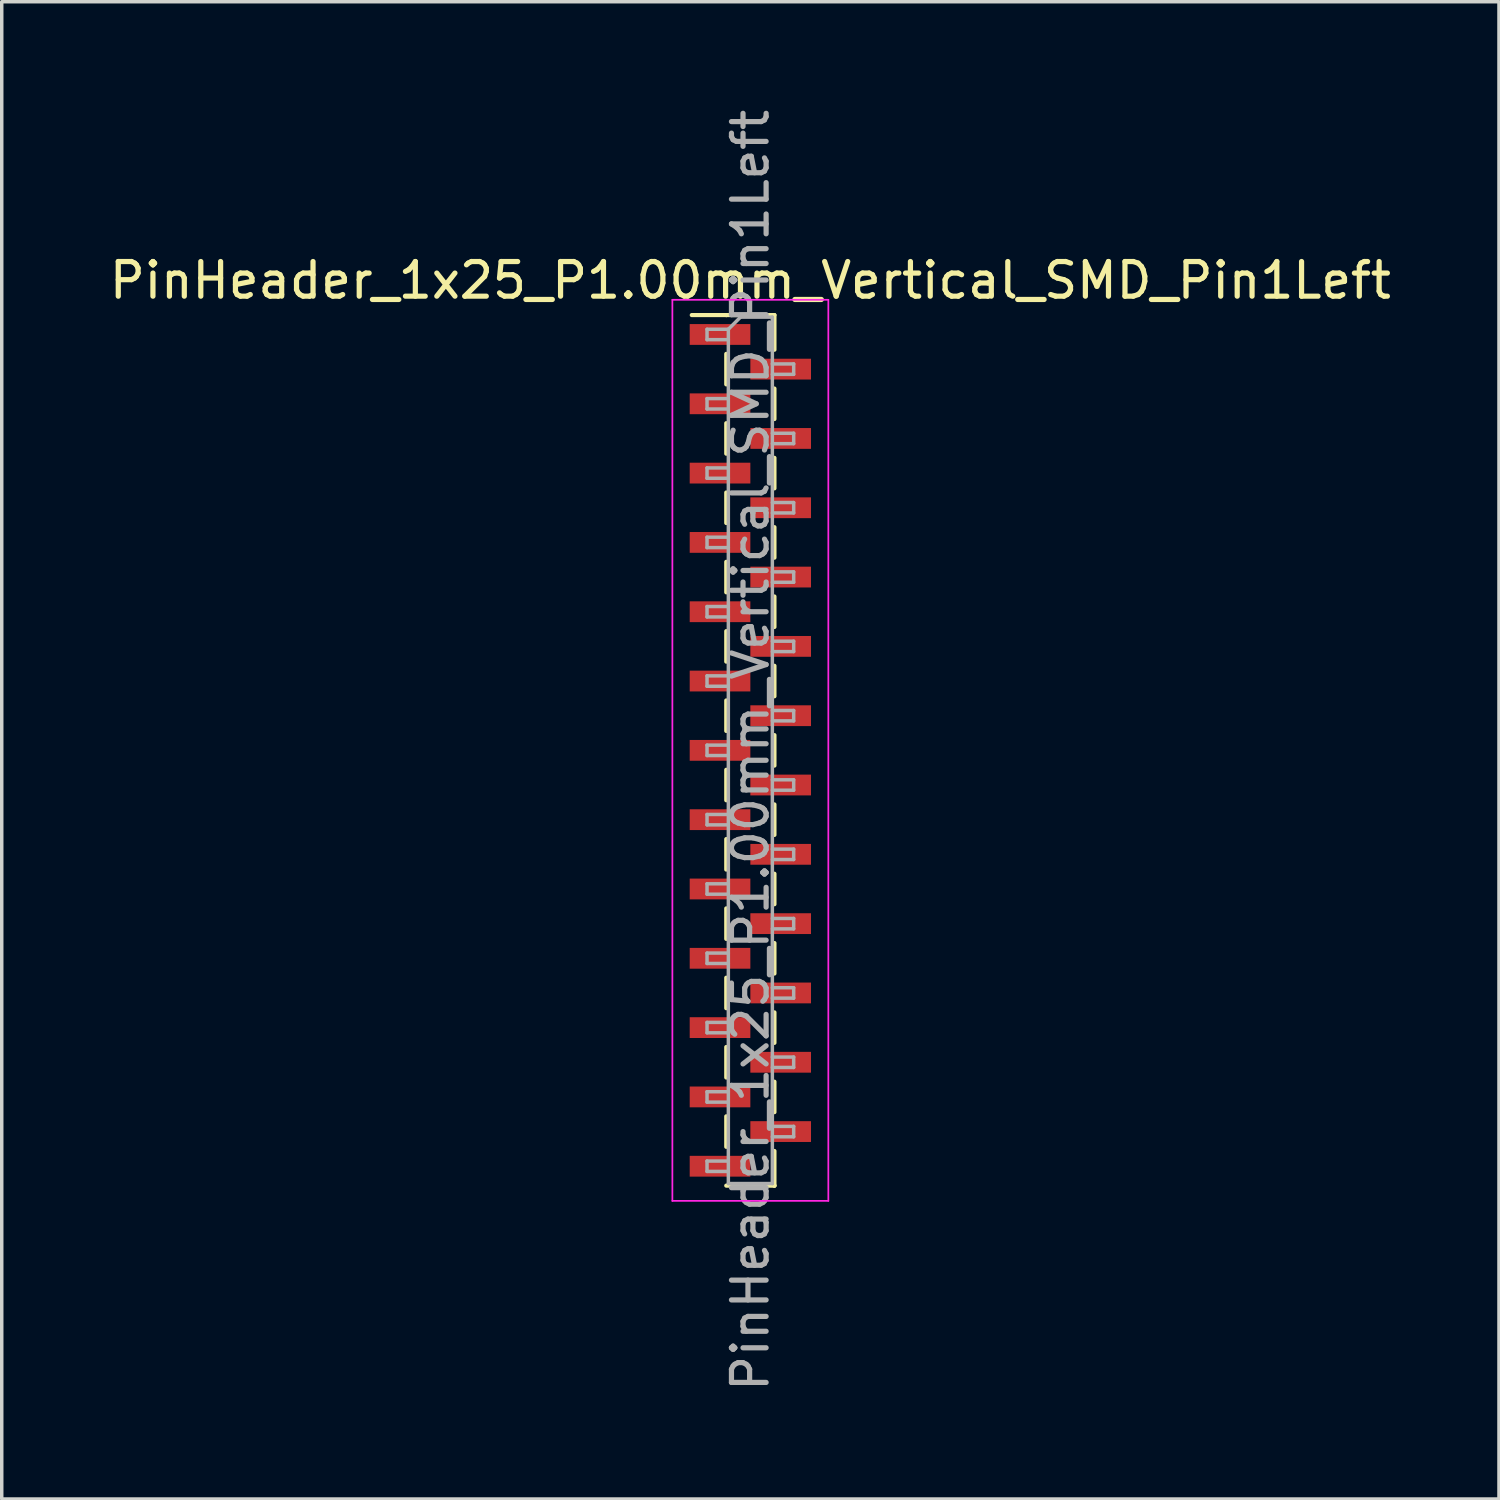
<source format=kicad_pcb>
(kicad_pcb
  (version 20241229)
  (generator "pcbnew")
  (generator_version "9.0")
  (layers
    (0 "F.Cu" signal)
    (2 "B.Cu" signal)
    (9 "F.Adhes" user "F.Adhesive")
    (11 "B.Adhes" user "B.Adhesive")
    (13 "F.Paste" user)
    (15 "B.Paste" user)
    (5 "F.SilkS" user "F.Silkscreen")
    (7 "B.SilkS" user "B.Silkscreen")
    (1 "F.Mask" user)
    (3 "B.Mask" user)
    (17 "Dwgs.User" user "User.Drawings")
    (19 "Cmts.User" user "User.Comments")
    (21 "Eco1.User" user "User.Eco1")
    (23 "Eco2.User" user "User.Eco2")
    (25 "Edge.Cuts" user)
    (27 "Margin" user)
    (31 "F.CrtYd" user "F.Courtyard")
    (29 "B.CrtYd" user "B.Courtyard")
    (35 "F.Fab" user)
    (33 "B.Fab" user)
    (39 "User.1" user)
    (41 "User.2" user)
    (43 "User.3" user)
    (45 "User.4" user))
  (footprint "PinHeader_1x25_P1.00mm_Vertical_SMD_Pin1Left"
    (layer "F.Cu")
    (at 18.601 18.601)
    (property "Reference" "PinHeader_1x25_P1.00mm_Vertical_SMD_Pin1Left" (at 0 -13.56 0) (layer "F.SilkS") (effects (font (size 1 1) (thickness 0.15))))
    (attr smd)
    (fp_line (start -0.695 -12.56) (end -1.69 -12.56) (stroke (width 0.12) (type solid)) (layer "F.SilkS"))
    (fp_line (start -0.695 -12.56) (end -0.695 -12.56) (stroke (width 0.12) (type solid)) (layer "F.SilkS"))
    (fp_line (start -0.695 -12.56) (end 0.695 -12.56) (stroke (width 0.12) (type solid)) (layer "F.SilkS"))
    (fp_line (start -0.695 -11.44) (end -0.695 -10.56) (stroke (width 0.12) (type solid)) (layer "F.SilkS"))
    (fp_line (start -0.695 -9.44) (end -0.695 -8.56) (stroke (width 0.12) (type solid)) (layer "F.SilkS"))
    (fp_line (start -0.695 -7.44) (end -0.695 -6.56) (stroke (width 0.12) (type solid)) (layer "F.SilkS"))
    (fp_line (start -0.695 -5.44) (end -0.695 -4.56) (stroke (width 0.12) (type solid)) (layer "F.SilkS"))
    (fp_line (start -0.695 -3.44) (end -0.695 -2.56) (stroke (width 0.12) (type solid)) (layer "F.SilkS"))
    (fp_line (start -0.695 -1.44) (end -0.695 -0.56) (stroke (width 0.12) (type solid)) (layer "F.SilkS"))
    (fp_line (start -0.695 0.56) (end -0.695 1.44) (stroke (width 0.12) (type solid)) (layer "F.SilkS"))
    (fp_line (start -0.695 2.56) (end -0.695 3.44) (stroke (width 0.12) (type solid)) (layer "F.SilkS"))
    (fp_line (start -0.695 4.56) (end -0.695 5.44) (stroke (width 0.12) (type solid)) (layer "F.SilkS"))
    (fp_line (start -0.695 6.56) (end -0.695 7.44) (stroke (width 0.12) (type solid)) (layer "F.SilkS"))
    (fp_line (start -0.695 8.56) (end -0.695 9.44) (stroke (width 0.12) (type solid)) (layer "F.SilkS"))
    (fp_line (start -0.695 10.56) (end -0.695 11.44) (stroke (width 0.12) (type solid)) (layer "F.SilkS"))
    (fp_line (start -0.695 12.56) (end 0.695 12.56) (stroke (width 0.12) (type solid)) (layer "F.SilkS"))
    (fp_line (start 0.695 -12.56) (end 0.695 -11.56) (stroke (width 0.12) (type solid)) (layer "F.SilkS"))
    (fp_line (start 0.695 -10.44) (end 0.695 -9.56) (stroke (width 0.12) (type solid)) (layer "F.SilkS"))
    (fp_line (start 0.695 -8.44) (end 0.695 -7.56) (stroke (width 0.12) (type solid)) (layer "F.SilkS"))
    (fp_line (start 0.695 -6.44) (end 0.695 -5.56) (stroke (width 0.12) (type solid)) (layer "F.SilkS"))
    (fp_line (start 0.695 -4.44) (end 0.695 -3.56) (stroke (width 0.12) (type solid)) (layer "F.SilkS"))
    (fp_line (start 0.695 -2.44) (end 0.695 -1.56) (stroke (width 0.12) (type solid)) (layer "F.SilkS"))
    (fp_line (start 0.695 -0.44) (end 0.695 0.44) (stroke (width 0.12) (type solid)) (layer "F.SilkS"))
    (fp_line (start 0.695 1.56) (end 0.695 2.44) (stroke (width 0.12) (type solid)) (layer "F.SilkS"))
    (fp_line (start 0.695 3.56) (end 0.695 4.44) (stroke (width 0.12) (type solid)) (layer "F.SilkS"))
    (fp_line (start 0.695 5.56) (end 0.695 6.44) (stroke (width 0.12) (type solid)) (layer "F.SilkS"))
    (fp_line (start 0.695 7.56) (end 0.695 8.44) (stroke (width 0.12) (type solid)) (layer "F.SilkS"))
    (fp_line (start 0.695 9.56) (end 0.695 10.44) (stroke (width 0.12) (type solid)) (layer "F.SilkS"))
    (fp_line (start 0.695 11.56) (end 0.695 12.56) (stroke (width 0.12) (type solid)) (layer "F.SilkS"))
    (fp_line (start 0.695 12.56) (end 0.695 12.56) (stroke (width 0.12) (type solid)) (layer "F.SilkS"))
    (fp_line (start -2.25 -13) (end -2.25 13) (stroke (width 0.05) (type solid)) (layer "F.CrtYd"))
    (fp_line (start -2.25 13) (end 2.25 13) (stroke (width 0.05) (type solid)) (layer "F.CrtYd"))
    (fp_line (start 2.25 -13) (end -2.25 -13) (stroke (width 0.05) (type solid)) (layer "F.CrtYd"))
    (fp_line (start 2.25 13) (end 2.25 -13) (stroke (width 0.05) (type solid)) (layer "F.CrtYd"))
    (fp_line (start -1.25 -12.15) (end -1.25 -11.85) (stroke (width 0.1) (type solid)) (layer "F.Fab"))
    (fp_line (start -1.25 -11.85) (end -0.635 -11.85) (stroke (width 0.1) (type solid)) (layer "F.Fab"))
    (fp_line (start -1.25 -10.15) (end -1.25 -9.85) (stroke (width 0.1) (type solid)) (layer "F.Fab"))
    (fp_line (start -1.25 -9.85) (end -0.635 -9.85) (stroke (width 0.1) (type solid)) (layer "F.Fab"))
    (fp_line (start -1.25 -8.15) (end -1.25 -7.85) (stroke (width 0.1) (type solid)) (layer "F.Fab"))
    (fp_line (start -1.25 -7.85) (end -0.635 -7.85) (stroke (width 0.1) (type solid)) (layer "F.Fab"))
    (fp_line (start -1.25 -6.15) (end -1.25 -5.85) (stroke (width 0.1) (type solid)) (layer "F.Fab"))
    (fp_line (start -1.25 -5.85) (end -0.635 -5.85) (stroke (width 0.1) (type solid)) (layer "F.Fab"))
    (fp_line (start -1.25 -4.15) (end -1.25 -3.85) (stroke (width 0.1) (type solid)) (layer "F.Fab"))
    (fp_line (start -1.25 -3.85) (end -0.635 -3.85) (stroke (width 0.1) (type solid)) (layer "F.Fab"))
    (fp_line (start -1.25 -2.15) (end -1.25 -1.85) (stroke (width 0.1) (type solid)) (layer "F.Fab"))
    (fp_line (start -1.25 -1.85) (end -0.635 -1.85) (stroke (width 0.1) (type solid)) (layer "F.Fab"))
    (fp_line (start -1.25 -0.15) (end -1.25 0.15) (stroke (width 0.1) (type solid)) (layer "F.Fab"))
    (fp_line (start -1.25 0.15) (end -0.635 0.15) (stroke (width 0.1) (type solid)) (layer "F.Fab"))
    (fp_line (start -1.25 1.85) (end -1.25 2.15) (stroke (width 0.1) (type solid)) (layer "F.Fab"))
    (fp_line (start -1.25 2.15) (end -0.635 2.15) (stroke (width 0.1) (type solid)) (layer "F.Fab"))
    (fp_line (start -1.25 3.85) (end -1.25 4.15) (stroke (width 0.1) (type solid)) (layer "F.Fab"))
    (fp_line (start -1.25 4.15) (end -0.635 4.15) (stroke (width 0.1) (type solid)) (layer "F.Fab"))
    (fp_line (start -1.25 5.85) (end -1.25 6.15) (stroke (width 0.1) (type solid)) (layer "F.Fab"))
    (fp_line (start -1.25 6.15) (end -0.635 6.15) (stroke (width 0.1) (type solid)) (layer "F.Fab"))
    (fp_line (start -1.25 7.85) (end -1.25 8.15) (stroke (width 0.1) (type solid)) (layer "F.Fab"))
    (fp_line (start -1.25 8.15) (end -0.635 8.15) (stroke (width 0.1) (type solid)) (layer "F.Fab"))
    (fp_line (start -1.25 9.85) (end -1.25 10.15) (stroke (width 0.1) (type solid)) (layer "F.Fab"))
    (fp_line (start -1.25 10.15) (end -0.635 10.15) (stroke (width 0.1) (type solid)) (layer "F.Fab"))
    (fp_line (start -1.25 11.85) (end -1.25 12.15) (stroke (width 0.1) (type solid)) (layer "F.Fab"))
    (fp_line (start -1.25 12.15) (end -0.635 12.15) (stroke (width 0.1) (type solid)) (layer "F.Fab"))
    (fp_line (start -0.635 -12.15) (end -1.25 -12.15) (stroke (width 0.1) (type solid)) (layer "F.Fab"))
    (fp_line (start -0.635 -12.15) (end -0.285 -12.5) (stroke (width 0.1) (type solid)) (layer "F.Fab"))
    (fp_line (start -0.635 -10.15) (end -1.25 -10.15) (stroke (width 0.1) (type solid)) (layer "F.Fab"))
    (fp_line (start -0.635 -8.15) (end -1.25 -8.15) (stroke (width 0.1) (type solid)) (layer "F.Fab"))
    (fp_line (start -0.635 -6.15) (end -1.25 -6.15) (stroke (width 0.1) (type solid)) (layer "F.Fab"))
    (fp_line (start -0.635 -4.15) (end -1.25 -4.15) (stroke (width 0.1) (type solid)) (layer "F.Fab"))
    (fp_line (start -0.635 -2.15) (end -1.25 -2.15) (stroke (width 0.1) (type solid)) (layer "F.Fab"))
    (fp_line (start -0.635 -0.15) (end -1.25 -0.15) (stroke (width 0.1) (type solid)) (layer "F.Fab"))
    (fp_line (start -0.635 1.85) (end -1.25 1.85) (stroke (width 0.1) (type solid)) (layer "F.Fab"))
    (fp_line (start -0.635 3.85) (end -1.25 3.85) (stroke (width 0.1) (type solid)) (layer "F.Fab"))
    (fp_line (start -0.635 5.85) (end -1.25 5.85) (stroke (width 0.1) (type solid)) (layer "F.Fab"))
    (fp_line (start -0.635 7.85) (end -1.25 7.85) (stroke (width 0.1) (type solid)) (layer "F.Fab"))
    (fp_line (start -0.635 9.85) (end -1.25 9.85) (stroke (width 0.1) (type solid)) (layer "F.Fab"))
    (fp_line (start -0.635 11.85) (end -1.25 11.85) (stroke (width 0.1) (type solid)) (layer "F.Fab"))
    (fp_line (start -0.635 12.5) (end -0.635 -12.15) (stroke (width 0.1) (type solid)) (layer "F.Fab"))
    (fp_line (start -0.285 -12.5) (end 0.635 -12.5) (stroke (width 0.1) (type solid)) (layer "F.Fab"))
    (fp_line (start 0.635 -12.5) (end 0.635 12.5) (stroke (width 0.1) (type solid)) (layer "F.Fab"))
    (fp_line (start 0.635 -11.15) (end 1.25 -11.15) (stroke (width 0.1) (type solid)) (layer "F.Fab"))
    (fp_line (start 0.635 -9.15) (end 1.25 -9.15) (stroke (width 0.1) (type solid)) (layer "F.Fab"))
    (fp_line (start 0.635 -7.15) (end 1.25 -7.15) (stroke (width 0.1) (type solid)) (layer "F.Fab"))
    (fp_line (start 0.635 -5.15) (end 1.25 -5.15) (stroke (width 0.1) (type solid)) (layer "F.Fab"))
    (fp_line (start 0.635 -3.15) (end 1.25 -3.15) (stroke (width 0.1) (type solid)) (layer "F.Fab"))
    (fp_line (start 0.635 -1.15) (end 1.25 -1.15) (stroke (width 0.1) (type solid)) (layer "F.Fab"))
    (fp_line (start 0.635 0.85) (end 1.25 0.85) (stroke (width 0.1) (type solid)) (layer "F.Fab"))
    (fp_line (start 0.635 2.85) (end 1.25 2.85) (stroke (width 0.1) (type solid)) (layer "F.Fab"))
    (fp_line (start 0.635 4.85) (end 1.25 4.85) (stroke (width 0.1) (type solid)) (layer "F.Fab"))
    (fp_line (start 0.635 6.85) (end 1.25 6.85) (stroke (width 0.1) (type solid)) (layer "F.Fab"))
    (fp_line (start 0.635 8.85) (end 1.25 8.85) (stroke (width 0.1) (type solid)) (layer "F.Fab"))
    (fp_line (start 0.635 10.85) (end 1.25 10.85) (stroke (width 0.1) (type solid)) (layer "F.Fab"))
    (fp_line (start 0.635 12.5) (end -0.635 12.5) (stroke (width 0.1) (type solid)) (layer "F.Fab"))
    (fp_line (start 1.25 -11.15) (end 1.25 -10.85) (stroke (width 0.1) (type solid)) (layer "F.Fab"))
    (fp_line (start 1.25 -10.85) (end 0.635 -10.85) (stroke (width 0.1) (type solid)) (layer "F.Fab"))
    (fp_line (start 1.25 -9.15) (end 1.25 -8.85) (stroke (width 0.1) (type solid)) (layer "F.Fab"))
    (fp_line (start 1.25 -8.85) (end 0.635 -8.85) (stroke (width 0.1) (type solid)) (layer "F.Fab"))
    (fp_line (start 1.25 -7.15) (end 1.25 -6.85) (stroke (width 0.1) (type solid)) (layer "F.Fab"))
    (fp_line (start 1.25 -6.85) (end 0.635 -6.85) (stroke (width 0.1) (type solid)) (layer "F.Fab"))
    (fp_line (start 1.25 -5.15) (end 1.25 -4.85) (stroke (width 0.1) (type solid)) (layer "F.Fab"))
    (fp_line (start 1.25 -4.85) (end 0.635 -4.85) (stroke (width 0.1) (type solid)) (layer "F.Fab"))
    (fp_line (start 1.25 -3.15) (end 1.25 -2.85) (stroke (width 0.1) (type solid)) (layer "F.Fab"))
    (fp_line (start 1.25 -2.85) (end 0.635 -2.85) (stroke (width 0.1) (type solid)) (layer "F.Fab"))
    (fp_line (start 1.25 -1.15) (end 1.25 -0.85) (stroke (width 0.1) (type solid)) (layer "F.Fab"))
    (fp_line (start 1.25 -0.85) (end 0.635 -0.85) (stroke (width 0.1) (type solid)) (layer "F.Fab"))
    (fp_line (start 1.25 0.85) (end 1.25 1.15) (stroke (width 0.1) (type solid)) (layer "F.Fab"))
    (fp_line (start 1.25 1.15) (end 0.635 1.15) (stroke (width 0.1) (type solid)) (layer "F.Fab"))
    (fp_line (start 1.25 2.85) (end 1.25 3.15) (stroke (width 0.1) (type solid)) (layer "F.Fab"))
    (fp_line (start 1.25 3.15) (end 0.635 3.15) (stroke (width 0.1) (type solid)) (layer "F.Fab"))
    (fp_line (start 1.25 4.85) (end 1.25 5.15) (stroke (width 0.1) (type solid)) (layer "F.Fab"))
    (fp_line (start 1.25 5.15) (end 0.635 5.15) (stroke (width 0.1) (type solid)) (layer "F.Fab"))
    (fp_line (start 1.25 6.85) (end 1.25 7.15) (stroke (width 0.1) (type solid)) (layer "F.Fab"))
    (fp_line (start 1.25 7.15) (end 0.635 7.15) (stroke (width 0.1) (type solid)) (layer "F.Fab"))
    (fp_line (start 1.25 8.85) (end 1.25 9.15) (stroke (width 0.1) (type solid)) (layer "F.Fab"))
    (fp_line (start 1.25 9.15) (end 0.635 9.15) (stroke (width 0.1) (type solid)) (layer "F.Fab"))
    (fp_line (start 1.25 10.85) (end 1.25 11.15) (stroke (width 0.1) (type solid)) (layer "F.Fab"))
    (fp_line (start 1.25 11.15) (end 0.635 11.15) (stroke (width 0.1) (type solid)) (layer "F.Fab"))
    (fp_text user "${REFERENCE}" (at 0 0 90) (layer "F.Fab") (effects (font (size 1 1) (thickness 0.15))))
    (pad "1" smd rect (at -0.875 -12) (size 1.75 0.6) (layers "F.Cu" "F.Mask" "F.Paste"))
    (pad "2" smd rect (at 0.875 -11) (size 1.75 0.6) (layers "F.Cu" "F.Mask" "F.Paste"))
    (pad "3" smd rect (at -0.875 -10) (size 1.75 0.6) (layers "F.Cu" "F.Mask" "F.Paste"))
    (pad "4" smd rect (at 0.875 -9) (size 1.75 0.6) (layers "F.Cu" "F.Mask" "F.Paste"))
    (pad "5" smd rect (at -0.875 -8) (size 1.75 0.6) (layers "F.Cu" "F.Mask" "F.Paste"))
    (pad "6" smd rect (at 0.875 -7) (size 1.75 0.6) (layers "F.Cu" "F.Mask" "F.Paste"))
    (pad "7" smd rect (at -0.875 -6) (size 1.75 0.6) (layers "F.Cu" "F.Mask" "F.Paste"))
    (pad "8" smd rect (at 0.875 -5) (size 1.75 0.6) (layers "F.Cu" "F.Mask" "F.Paste"))
    (pad "9" smd rect (at -0.875 -4) (size 1.75 0.6) (layers "F.Cu" "F.Mask" "F.Paste"))
    (pad "10" smd rect (at 0.875 -3) (size 1.75 0.6) (layers "F.Cu" "F.Mask" "F.Paste"))
    (pad "11" smd rect (at -0.875 -2) (size 1.75 0.6) (layers "F.Cu" "F.Mask" "F.Paste"))
    (pad "12" smd rect (at 0.875 -1) (size 1.75 0.6) (layers "F.Cu" "F.Mask" "F.Paste"))
    (pad "13" smd rect (at -0.875 0) (size 1.75 0.6) (layers "F.Cu" "F.Mask" "F.Paste"))
    (pad "14" smd rect (at 0.875 1) (size 1.75 0.6) (layers "F.Cu" "F.Mask" "F.Paste"))
    (pad "15" smd rect (at -0.875 2) (size 1.75 0.6) (layers "F.Cu" "F.Mask" "F.Paste"))
    (pad "16" smd rect (at 0.875 3) (size 1.75 0.6) (layers "F.Cu" "F.Mask" "F.Paste"))
    (pad "17" smd rect (at -0.875 4) (size 1.75 0.6) (layers "F.Cu" "F.Mask" "F.Paste"))
    (pad "18" smd rect (at 0.875 5) (size 1.75 0.6) (layers "F.Cu" "F.Mask" "F.Paste"))
    (pad "19" smd rect (at -0.875 6) (size 1.75 0.6) (layers "F.Cu" "F.Mask" "F.Paste"))
    (pad "20" smd rect (at 0.875 7) (size 1.75 0.6) (layers "F.Cu" "F.Mask" "F.Paste"))
    (pad "21" smd rect (at -0.875 8) (size 1.75 0.6) (layers "F.Cu" "F.Mask" "F.Paste"))
    (pad "22" smd rect (at 0.875 9) (size 1.75 0.6) (layers "F.Cu" "F.Mask" "F.Paste"))
    (pad "23" smd rect (at -0.875 10) (size 1.75 0.6) (layers "F.Cu" "F.Mask" "F.Paste"))
    (pad "24" smd rect (at 0.875 11) (size 1.75 0.6) (layers "F.Cu" "F.Mask" "F.Paste"))
    (pad "25" smd rect (at -0.875 12) (size 1.75 0.6) (layers "F.Cu" "F.Mask" "F.Paste")))
  (gr_rect
    (start -3 -3)
    (end 40.202 40.202)
    (stroke (width 0.1) (type default))
    (fill no)
    (layer "Edge.Cuts")))
</source>
